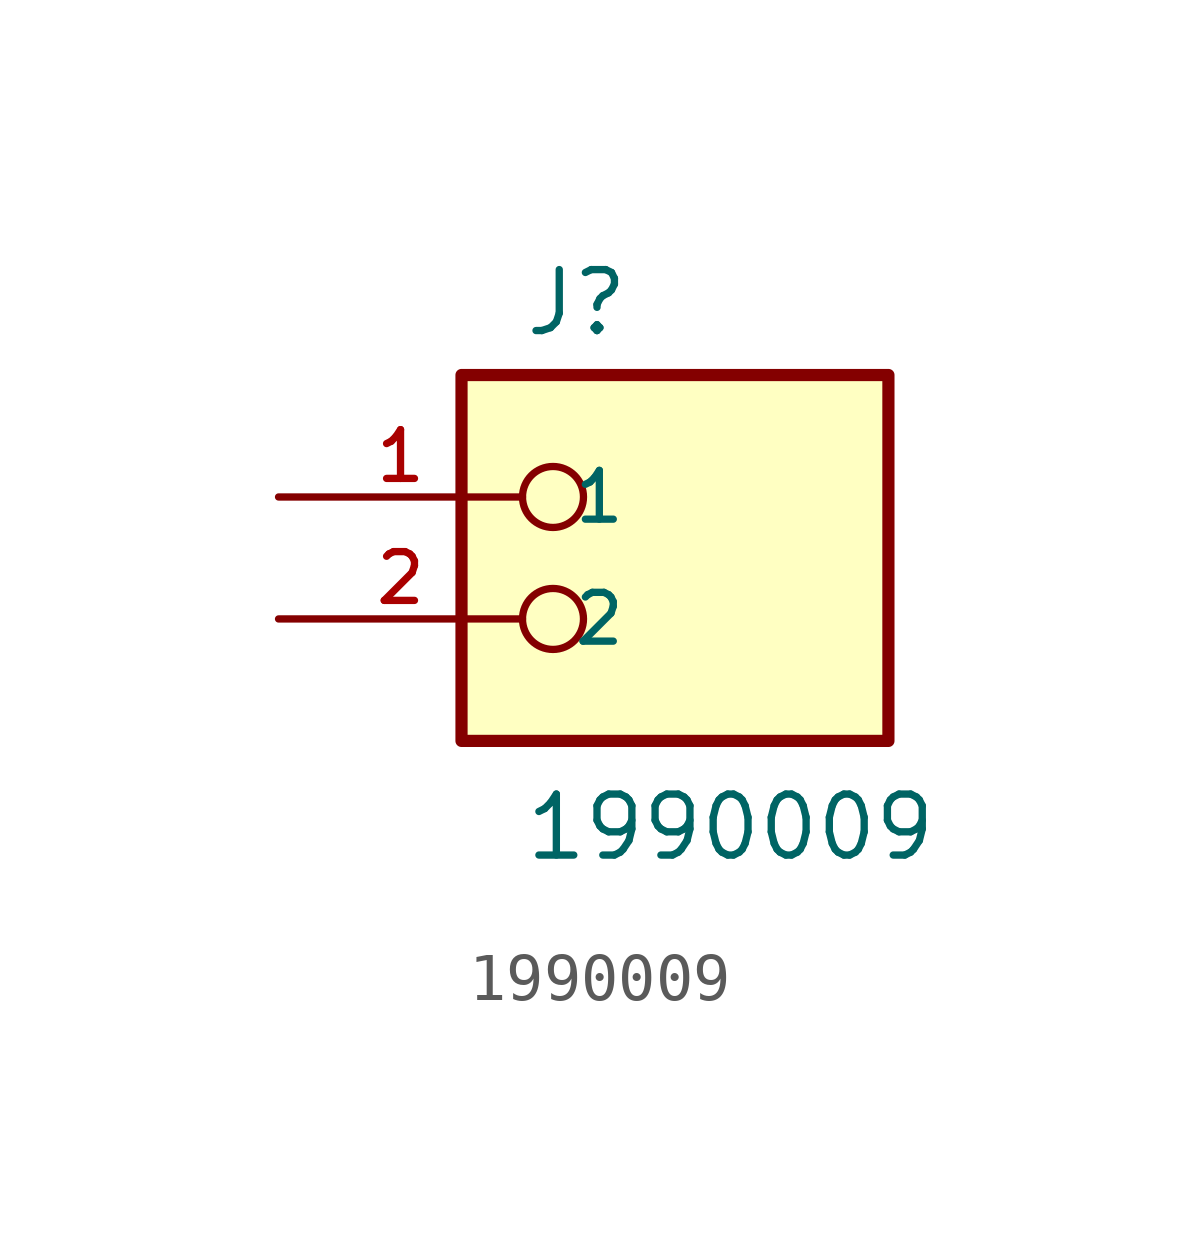
<source format=kicad_sym>
(kicad_symbol_lib
  (version 20211014)
  (generator kicad_symbol_editor)
  (symbol "1990009"
    (pin_names
      (offset 1.016))
    (property "Reference" "J"
      (at -2.54 3.302 0)
      (effects (font (size 1.27 1.27)) (justify bottom left)))
    (property "Value" "1990009"
      (at -2.54 -7.62 0)
      (effects (font (size 1.27 1.27)) (justify bottom left)))
    (symbol "1990009_0_0"
      (circle (center -1.905 0.0) (radius 0.635) (stroke (width 0.152)) (fill (type none)))
      (circle (center -1.905 -2.54) (radius 0.635) (stroke (width 0.152)) (fill (type none)))
      (rectangle (start -3.81 -5.08) (end 5.08 2.54) (stroke (width 0.254)) (fill (type background)))
      (pin passive line (at -7.62 0.0 0) (length 5.08) (name "1" (effects (font (size 1.016 1.016)))) (number "1" (effects (font (size 1.016 1.016)))))
      (pin passive line (at -7.62 -2.54 0) (length 5.08) (name "2" (effects (font (size 1.016 1.016)))) (number "2" (effects (font (size 1.016 1.016))))))))
</source>
